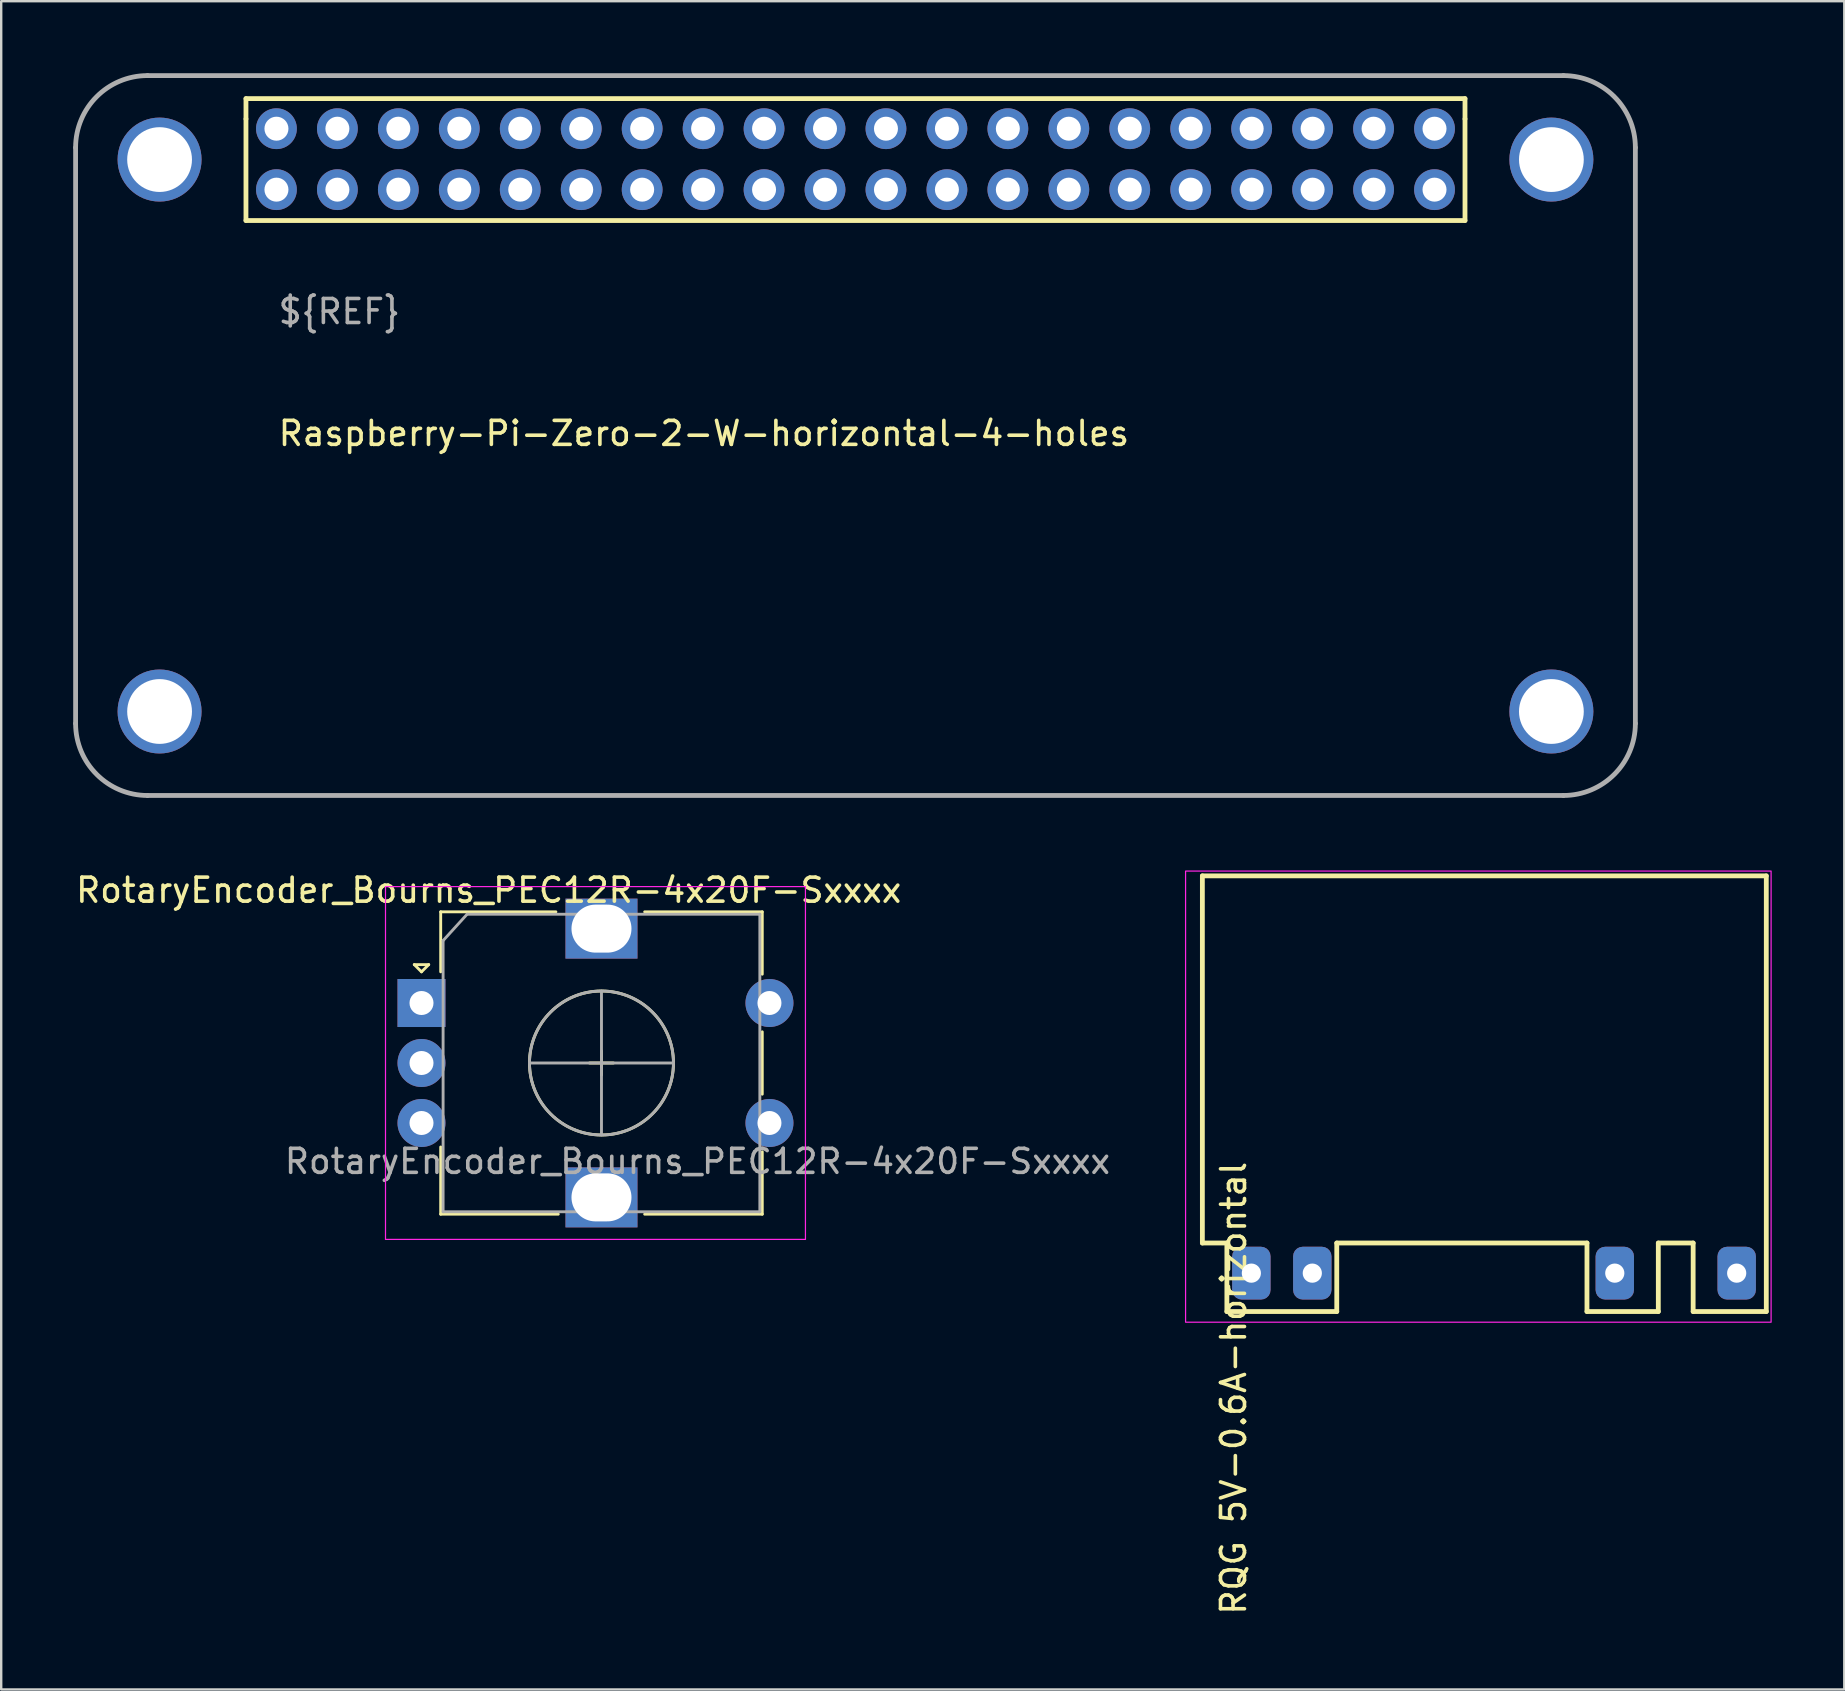
<source format=kicad_pcb>
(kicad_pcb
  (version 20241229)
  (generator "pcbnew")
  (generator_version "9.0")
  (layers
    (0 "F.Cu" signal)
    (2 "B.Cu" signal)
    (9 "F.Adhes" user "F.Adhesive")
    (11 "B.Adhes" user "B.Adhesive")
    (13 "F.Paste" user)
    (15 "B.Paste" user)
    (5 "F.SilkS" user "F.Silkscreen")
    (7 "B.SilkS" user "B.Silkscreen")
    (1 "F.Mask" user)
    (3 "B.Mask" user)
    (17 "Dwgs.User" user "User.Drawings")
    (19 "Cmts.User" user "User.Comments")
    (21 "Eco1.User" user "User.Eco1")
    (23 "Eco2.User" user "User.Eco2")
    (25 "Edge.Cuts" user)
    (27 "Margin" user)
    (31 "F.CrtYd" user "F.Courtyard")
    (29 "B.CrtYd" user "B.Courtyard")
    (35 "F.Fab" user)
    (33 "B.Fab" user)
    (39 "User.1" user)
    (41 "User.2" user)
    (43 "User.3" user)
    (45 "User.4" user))
  (footprint "Raspberry-Pi-Zero-2-W-horizontal-4-holes"
    (layer "F.Cu")
    (at 8.47 4.853)
    (property "Reference" "Raspberry-Pi-Zero-2-W-horizontal-4-holes" (at 0 10.16 0) (unlocked yes) (layer "F.SilkS") (effects (font (size 1 1) (thickness 0.15)) (justify left)))
    (attr through_hole)
    (fp_line (start -1.27 -3.793) (end -1.27 -2.947) (stroke (width 0.2) (type solid)) (layer "F.SilkS"))
    (fp_line (start -1.27 -2.947) (end -1.27 1.287) (stroke (width 0.2) (type solid)) (layer "F.SilkS"))
    (fp_line (start 49.53 -3.793) (end -1.27 -3.793) (stroke (width 0.2) (type solid)) (layer "F.SilkS"))
    (fp_line (start 49.53 -2.947) (end 49.53 -3.793) (stroke (width 0.2) (type solid)) (layer "F.SilkS"))
    (fp_line (start 49.53 -2.947) (end 49.53 1.287) (stroke (width 0.2) (type solid)) (layer "F.SilkS"))
    (fp_line (start 49.53 1.287) (end -1.27 1.287) (stroke (width 0.2) (type solid)) (layer "F.SilkS"))
    (fp_line (start -8.37 -1.753) (end -8.37 22.247) (stroke (width 0.2) (type solid)) (layer "F.Fab"))
    (fp_line (start -5.37 25.247) (end 53.63 25.247) (stroke (width 0.2) (type solid)) (layer "F.Fab"))
    (fp_line (start 53.63 -4.753) (end -5.37 -4.753) (stroke (width 0.2) (type solid)) (layer "F.Fab"))
    (fp_line (start 56.63 22.247) (end 56.63 -1.753) (stroke (width 0.2) (type solid)) (layer "F.Fab"))
    (fp_arc (start -8.369999 -1.753428) (mid -7.49132 -3.874748) (end -5.37 -4.753429) (stroke (width 0.2) (type solid)) (layer "F.Fab"))
    (fp_arc (start -5.369999 25.24657) (mid -7.491319 24.36789) (end -8.369999 22.24657) (stroke (width 0.2) (type solid)) (layer "F.Fab"))
    (fp_arc (start 53.63 -4.753429) (mid 55.75132 -3.874749) (end 56.63 -1.753429) (stroke (width 0.2) (type solid)) (layer "F.Fab"))
    (fp_arc (start 56.629999 22.24657) (mid 55.751319 24.36789) (end 53.629999 25.24657) (stroke (width 0.2) (type solid)) (layer "F.Fab"))
    (fp_text user "${REF}" (at 0 5.08 0) (unlocked yes) (layer "F.Fab") (effects (font (size 1 1) (thickness 0.15)) (justify left)))
    (pad "" thru_hole circle (at -4.87 -1.253) (size 3.5 3.5) (drill 2.7) (layers "*.Cu" "*.Mask"))
    (pad "" thru_hole circle (at -4.87 21.747) (size 3.5 3.5) (drill 2.7) (layers "*.Cu" "*.Mask"))
    (pad "" thru_hole circle (at 53.13 -1.253) (size 3.5 3.5) (drill 2.7) (layers "*.Cu" "*.Mask"))
    (pad "" thru_hole circle (at 53.13 21.747) (size 3.5 3.5) (drill 2.7) (layers "*.Cu" "*.Mask"))
    (pad "1" thru_hole circle (at 0 0) (size 1.7 1.7) (drill 1) (layers "*.Cu" "*.Mask"))
    (pad "2" thru_hole circle (at 0 -2.54) (size 1.7 1.7) (drill 1) (layers "*.Cu" "*.Mask"))
    (pad "3" thru_hole circle (at 2.54 0) (size 1.7 1.7) (drill 1) (layers "*.Cu" "*.Mask"))
    (pad "4" thru_hole circle (at 2.54 -2.54) (size 1.7 1.7) (drill 1) (layers "*.Cu" "*.Mask"))
    (pad "5" thru_hole circle (at 5.08 0) (size 1.7 1.7) (drill 1) (layers "*.Cu" "*.Mask"))
    (pad "6" thru_hole circle (at 5.08 -2.54) (size 1.7 1.7) (drill 1) (layers "*.Cu" "*.Mask"))
    (pad "7" thru_hole circle (at 7.62 0) (size 1.7 1.7) (drill 1) (layers "*.Cu" "*.Mask"))
    (pad "8" thru_hole circle (at 7.62 -2.54) (size 1.7 1.7) (drill 1) (layers "*.Cu" "*.Mask"))
    (pad "9" thru_hole circle (at 10.16 0) (size 1.7 1.7) (drill 1) (layers "*.Cu" "*.Mask"))
    (pad "10" thru_hole circle (at 10.16 -2.54) (size 1.7 1.7) (drill 1) (layers "*.Cu" "*.Mask"))
    (pad "11" thru_hole circle (at 12.7 0) (size 1.7 1.7) (drill 1) (layers "*.Cu" "*.Mask"))
    (pad "12" thru_hole circle (at 12.7 -2.54) (size 1.7 1.7) (drill 1) (layers "*.Cu" "*.Mask"))
    (pad "13" thru_hole circle (at 15.24 0) (size 1.7 1.7) (drill 1) (layers "*.Cu" "*.Mask"))
    (pad "14" thru_hole circle (at 15.24 -2.54) (size 1.7 1.7) (drill 1) (layers "*.Cu" "*.Mask"))
    (pad "15" thru_hole circle (at 17.78 0) (size 1.7 1.7) (drill 1) (layers "*.Cu" "*.Mask"))
    (pad "16" thru_hole circle (at 17.78 -2.54) (size 1.7 1.7) (drill 1) (layers "*.Cu" "*.Mask"))
    (pad "17" thru_hole circle (at 20.32 0) (size 1.7 1.7) (drill 1) (layers "*.Cu" "*.Mask"))
    (pad "18" thru_hole circle (at 20.32 -2.54) (size 1.7 1.7) (drill 1) (layers "*.Cu" "*.Mask"))
    (pad "19" thru_hole circle (at 22.86 0) (size 1.7 1.7) (drill 1) (layers "*.Cu" "*.Mask"))
    (pad "20" thru_hole circle (at 22.86 -2.54) (size 1.7 1.7) (drill 1) (layers "*.Cu" "*.Mask"))
    (pad "21" thru_hole circle (at 25.4 0) (size 1.7 1.7) (drill 1) (layers "*.Cu" "*.Mask"))
    (pad "22" thru_hole circle (at 25.4 -2.54) (size 1.7 1.7) (drill 1) (layers "*.Cu" "*.Mask"))
    (pad "23" thru_hole circle (at 27.94 0) (size 1.7 1.7) (drill 1) (layers "*.Cu" "*.Mask"))
    (pad "24" thru_hole circle (at 27.94 -2.54) (size 1.7 1.7) (drill 1) (layers "*.Cu" "*.Mask"))
    (pad "25" thru_hole circle (at 30.48 0) (size 1.7 1.7) (drill 1) (layers "*.Cu" "*.Mask"))
    (pad "26" thru_hole circle (at 30.48 -2.54) (size 1.7 1.7) (drill 1) (layers "*.Cu" "*.Mask"))
    (pad "27" thru_hole circle (at 33.02 0) (size 1.7 1.7) (drill 1) (layers "*.Cu" "*.Mask"))
    (pad "28" thru_hole circle (at 33.02 -2.54) (size 1.7 1.7) (drill 1) (layers "*.Cu" "*.Mask"))
    (pad "29" thru_hole circle (at 35.56 0) (size 1.7 1.7) (drill 1) (layers "*.Cu" "*.Mask"))
    (pad "30" thru_hole circle (at 35.56 -2.54) (size 1.7 1.7) (drill 1) (layers "*.Cu" "*.Mask"))
    (pad "31" thru_hole circle (at 38.1 0) (size 1.7 1.7) (drill 1) (layers "*.Cu" "*.Mask"))
    (pad "32" thru_hole circle (at 38.1 -2.54) (size 1.7 1.7) (drill 1) (layers "*.Cu" "*.Mask"))
    (pad "33" thru_hole circle (at 40.64 0) (size 1.7 1.7) (drill 1) (layers "*.Cu" "*.Mask"))
    (pad "34" thru_hole circle (at 40.64 -2.54) (size 1.7 1.7) (drill 1) (layers "*.Cu" "*.Mask"))
    (pad "35" thru_hole circle (at 43.18 0) (size 1.7 1.7) (drill 1) (layers "*.Cu" "*.Mask"))
    (pad "36" thru_hole circle (at 43.18 -2.54) (size 1.7 1.7) (drill 1) (layers "*.Cu" "*.Mask"))
    (pad "37" thru_hole circle (at 45.72 0) (size 1.7 1.7) (drill 1) (layers "*.Cu" "*.Mask"))
    (pad "38" thru_hole circle (at 45.72 -2.54) (size 1.7 1.7) (drill 1) (layers "*.Cu" "*.Mask"))
    (pad "39" thru_hole circle (at 48.26 0) (size 1.7 1.7) (drill 1) (layers "*.Cu" "*.Mask"))
    (pad "40" thru_hole circle (at 48.26 -2.54) (size 1.7 1.7) (drill 1) (layers "*.Cu" "*.Mask")))
  (footprint "RotaryEncoder_Bourns_PEC12R-4x20F-Sxxxx"
    (layer "F.Cu")
    (at 22.015 41.248)
    (property "Reference" "RotaryEncoder_Bourns_PEC12R-4x20F-Sxxxx" (at -4.7 -7.2 0) (layer "F.SilkS") (effects (font (size 1 1) (thickness 0.15))))
    (attr through_hole)
    (fp_line (start -7.8 -4.1) (end -7.2 -4.1) (stroke (width 0.12) (type solid)) (layer "F.SilkS"))
    (fp_line (start -7.5 -3.8) (end -7.8 -4.1) (stroke (width 0.12) (type solid)) (layer "F.SilkS"))
    (fp_line (start -7.2 -4.1) (end -7.5 -3.8) (stroke (width 0.12) (type solid)) (layer "F.SilkS"))
    (fp_line (start -6.7 -6.3) (end -6.7 -3.8) (stroke (width 0.12) (type solid)) (layer "F.SilkS"))
    (fp_line (start -6.7 6.3) (end -6.7 3.5) (stroke (width 0.12) (type solid)) (layer "F.SilkS"))
    (fp_line (start -1.9 -6.3) (end -6.7 -6.3) (stroke (width 0.12) (type solid)) (layer "F.SilkS"))
    (fp_line (start -1.8 6.3) (end -6.7 6.3) (stroke (width 0.12) (type solid)) (layer "F.SilkS"))
    (fp_line (start -0.5 0) (end 0.5 0) (stroke (width 0.12) (type solid)) (layer "F.SilkS"))
    (fp_line (start 0 -0.5) (end 0 0.5) (stroke (width 0.12) (type solid)) (layer "F.SilkS"))
    (fp_line (start 1.8 -6.3) (end 6.7 -6.3) (stroke (width 0.12) (type solid)) (layer "F.SilkS"))
    (fp_line (start 6.7 -6.3) (end 6.7 -3.7) (stroke (width 0.12) (type solid)) (layer "F.SilkS"))
    (fp_line (start 6.7 -1.3) (end 6.7 1.3) (stroke (width 0.12) (type solid)) (layer "F.SilkS"))
    (fp_line (start 6.7 3.7) (end 6.7 6.3) (stroke (width 0.12) (type solid)) (layer "F.SilkS"))
    (fp_line (start 6.7 6.3) (end 1.8 6.3) (stroke (width 0.12) (type solid)) (layer "F.SilkS"))
    (fp_circle (center 0 0) (end 3 0) (stroke (width 0.12) (type solid)) (fill no) (layer "F.SilkS"))
    (fp_line (start -9 -7.35) (end -9 7.35) (stroke (width 0.05) (type solid)) (layer "F.CrtYd"))
    (fp_line (start -9 -7.35) (end 8.5 -7.35) (stroke (width 0.05) (type solid)) (layer "F.CrtYd"))
    (fp_line (start 8.5 7.35) (end -9 7.35) (stroke (width 0.05) (type solid)) (layer "F.CrtYd"))
    (fp_line (start 8.5 7.35) (end 8.5 -7.35) (stroke (width 0.05) (type solid)) (layer "F.CrtYd"))
    (fp_line (start -6.6 -5.1) (end -5.6 -6.2) (stroke (width 0.12) (type solid)) (layer "F.Fab"))
    (fp_line (start -6.6 6.2) (end -6.6 -5.1) (stroke (width 0.12) (type solid)) (layer "F.Fab"))
    (fp_line (start -5.6 -6.2) (end 6.6 -6.2) (stroke (width 0.12) (type solid)) (layer "F.Fab"))
    (fp_line (start -3 0) (end 3 0) (stroke (width 0.12) (type solid)) (layer "F.Fab"))
    (fp_line (start 0 -3) (end 0 3) (stroke (width 0.12) (type solid)) (layer "F.Fab"))
    (fp_line (start 6.6 -6.2) (end 6.6 6.2) (stroke (width 0.12) (type solid)) (layer "F.Fab"))
    (fp_line (start 6.6 6.2) (end -6.6 6.2) (stroke (width 0.12) (type solid)) (layer "F.Fab"))
    (fp_circle (center 0 0) (end 3 0) (stroke (width 0.12) (type solid)) (fill no) (layer "F.Fab"))
    (fp_text user "${REFERENCE}" (at 4 4.1 0) (layer "F.Fab") (effects (font (size 1 1) (thickness 0.15))))
    (pad "A" thru_hole rect (at -7.5 -2.5) (size 2 2) (drill 1) (layers "*.Cu" "*.Mask"))
    (pad "B" thru_hole circle (at -7.5 2.5) (size 2 2) (drill 1) (layers "*.Cu" "*.Mask"))
    (pad "C" thru_hole circle (at -7.5 0) (size 2 2) (drill 1) (layers "*.Cu" "*.Mask"))
    (pad "MP" thru_hole rect (at 0 -5.6) (size 3 2.5) (drill oval 2.5 2) (layers "*.Cu" "*.Mask"))
    (pad "MP" thru_hole rect (at 0 5.6) (size 3 2.5) (drill oval 2.5 2) (layers "*.Cu" "*.Mask"))
    (pad "S1" thru_hole circle (at 7 -2.5) (size 2 2) (drill 1) (layers "*.Cu" "*.Mask"))
    (pad "S2" thru_hole circle (at 7 2.5) (size 2 2) (drill 1) (layers "*.Cu" "*.Mask")))
  (footprint "RQG 5V-0.6A-horizontal"
    (layer "F.Cu")
    (at 70.556 33.45)
    (property "Reference" "RQG 5V-0.6A-horizontal" (at -22.2 21.35 90) (unlocked yes) (layer "F.SilkS") (effects (font (size 1 1) (thickness 0.15))))
    (attr through_hole)
    (fp_line (start -23.5 0) (end 0 0) (stroke (width 0.2) (type solid)) (layer "F.SilkS"))
    (fp_line (start -23.5 15.3) (end -23.5 0) (stroke (width 0.2) (type solid)) (layer "F.SilkS"))
    (fp_line (start -22.479 15.3) (end -23.5 15.3) (stroke (width 0.2) (type solid)) (layer "F.SilkS"))
    (fp_line (start -22.479 18.155) (end -22.479 15.3) (stroke (width 0.2) (type solid)) (layer "F.SilkS"))
    (fp_line (start -17.9 15.3) (end -17.9 18.155) (stroke (width 0.2) (type solid)) (layer "F.SilkS"))
    (fp_line (start -17.9 18.155) (end -22.479 18.155) (stroke (width 0.2) (type solid)) (layer "F.SilkS"))
    (fp_line (start -7.473 15.3) (end -17.9 15.3) (stroke (width 0.2) (type solid)) (layer "F.SilkS"))
    (fp_line (start -7.473 18.155) (end -7.473 15.3) (stroke (width 0.2) (type solid)) (layer "F.SilkS"))
    (fp_line (start -4.5 15.3) (end -4.5 18.155) (stroke (width 0.2) (type solid)) (layer "F.SilkS"))
    (fp_line (start -4.5 15.3) (end -3.048 15.3) (stroke (width 0.2) (type solid)) (layer "F.SilkS"))
    (fp_line (start -4.5 18.155) (end -7.473 18.155) (stroke (width 0.2) (type solid)) (layer "F.SilkS"))
    (fp_line (start -3.048 18.155) (end -3.048 15.3) (stroke (width 0.2) (type solid)) (layer "F.SilkS"))
    (fp_line (start 0 0) (end 0 18.155) (stroke (width 0.2) (type solid)) (layer "F.SilkS"))
    (fp_line (start 0 18.155) (end -3.048 18.155) (stroke (width 0.2) (type solid)) (layer "F.SilkS"))
    (fp_rect (start -24.2 -0.2) (end 0.2 18.6) (stroke (width 0.05) (type default)) (fill no) (layer "F.CrtYd"))
    (pad "1" thru_hole roundrect (at -1.234 16.555) (size 1.6 2.2) (drill 0.8) (layers "*.Cu" "*.Mask") (roundrect_rratio 0.25))
    (pad "2" thru_hole roundrect (at -6.314 16.555) (size 1.6 2.2) (drill 0.8) (layers "*.Cu" "*.Mask") (roundrect_rratio 0.25))
    (pad "3" thru_hole roundrect (at -21.459 16.555) (size 1.6 2.2) (drill 0.8) (layers "*.Cu" "*.Mask") (roundrect_rratio 0.25))
    (pad "4" thru_hole roundrect (at -18.919 16.555) (size 1.6 2.2) (drill 0.8) (layers "*.Cu" "*.Mask") (roundrect_rratio 0.25)))
  (gr_rect
    (start -3 -3)
    (end 73.806 67.354)
    (stroke (width 0.1) (type default))
    (fill no)
    (layer "Edge.Cuts")))
</source>
